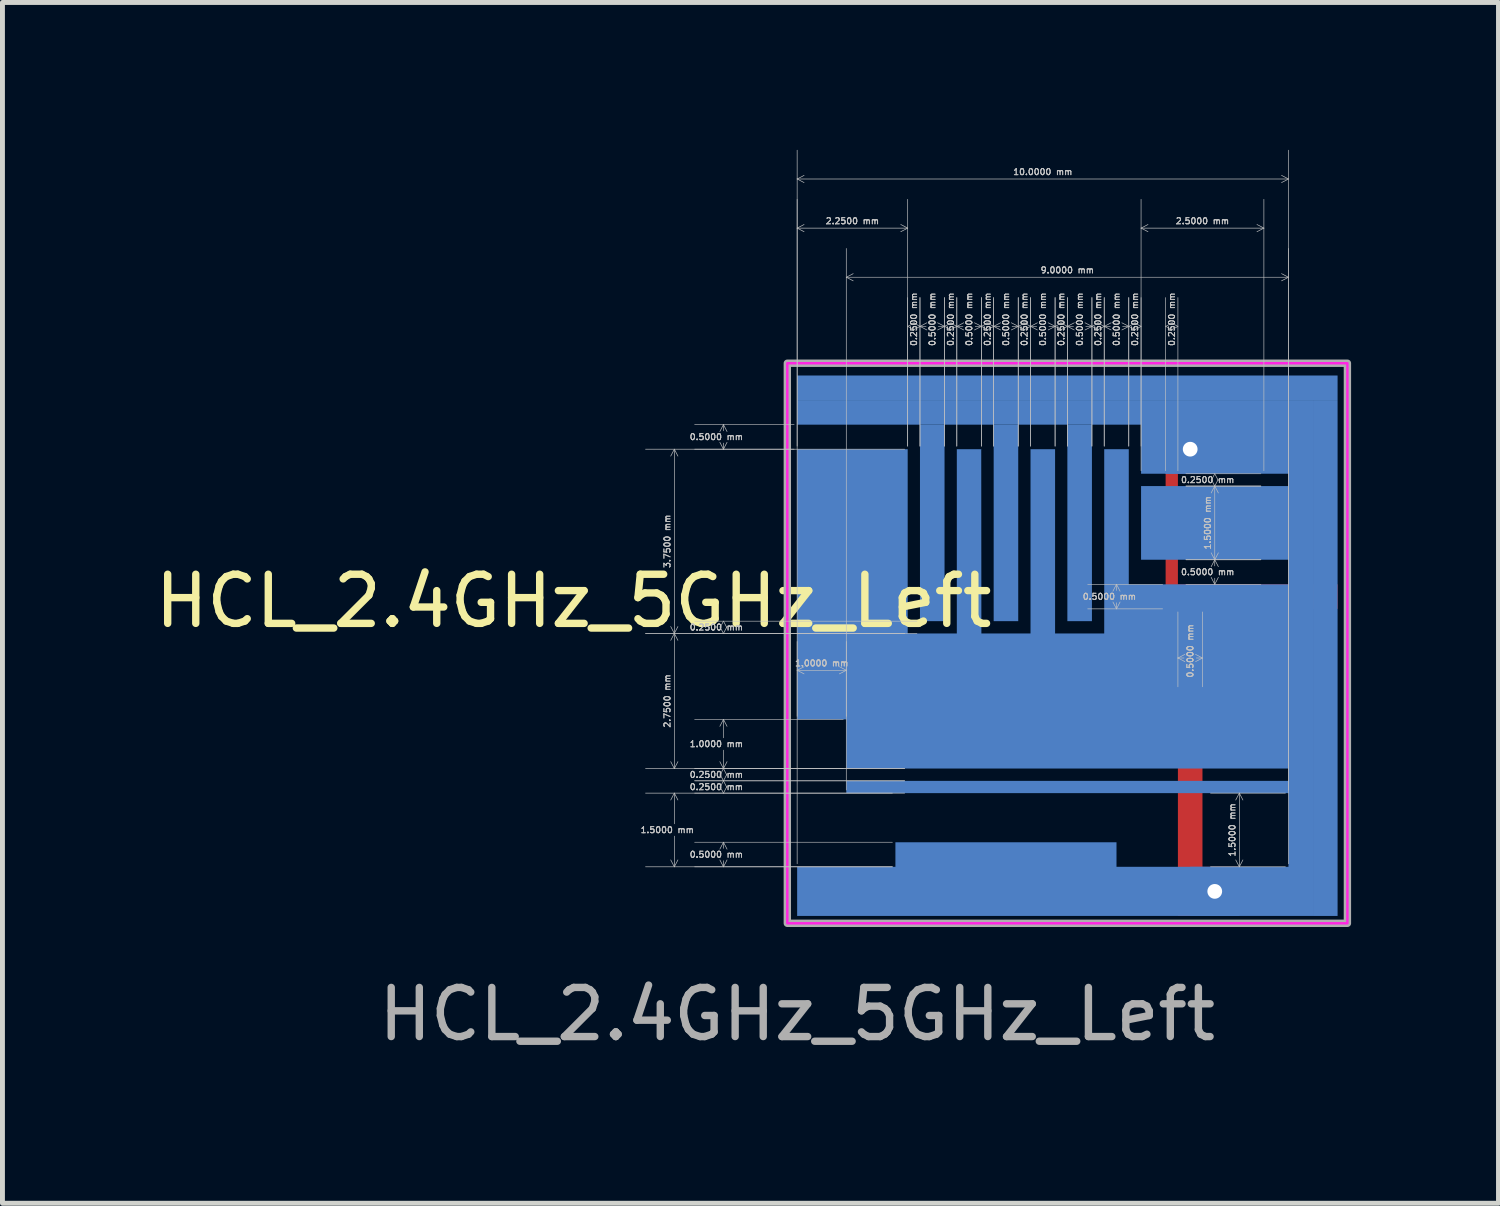
<source format=kicad_pcb>
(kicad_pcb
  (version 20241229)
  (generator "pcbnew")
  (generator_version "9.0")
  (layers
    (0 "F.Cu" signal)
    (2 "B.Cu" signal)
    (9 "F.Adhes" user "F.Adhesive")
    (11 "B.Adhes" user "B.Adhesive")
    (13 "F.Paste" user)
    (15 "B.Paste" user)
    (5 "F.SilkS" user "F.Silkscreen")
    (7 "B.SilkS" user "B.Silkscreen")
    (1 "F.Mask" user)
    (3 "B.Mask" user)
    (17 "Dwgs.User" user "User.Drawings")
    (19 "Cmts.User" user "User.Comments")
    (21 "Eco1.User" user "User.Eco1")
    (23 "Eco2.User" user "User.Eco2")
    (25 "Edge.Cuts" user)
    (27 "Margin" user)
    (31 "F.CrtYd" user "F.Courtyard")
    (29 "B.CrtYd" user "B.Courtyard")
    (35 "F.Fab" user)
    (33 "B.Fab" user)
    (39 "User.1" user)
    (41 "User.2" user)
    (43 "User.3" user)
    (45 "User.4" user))
  (footprint "HCL_2.4GHz_5GHz_Left"
    (layer "F.Cu")
    (at 13.175 15.593)
    (property "Reference" "HCL_2.4GHz_5GHz_Left" (at -4.55 -6.41 0) (layer "F.SilkS") (effects (font (size 1 1) (thickness 0.15))))
    (attr exclude_from_pos_files exclude_from_bom)
    (fp_poly (pts (xy 7.75 -9.25) (xy 7.5 -9.25) (xy 7.5 -6.25) (xy 7.75 -6.25) (xy 7.75 0) (xy 8.25 0) (xy 8.25 -6.25) (xy 10.5 -6.25) (xy 10.5 -6.75) (xy 7.75 -6.75)) (stroke (width 0) (type solid)) (fill yes) (layer "F.Cu"))
    (fp_rect (start 2.5 -10) (end 3 -6) (stroke (width 0) (type solid)) (fill yes) (layer "B.Cu"))
    (fp_rect (start 4 -10) (end 4.5 -6) (stroke (width 0) (type solid)) (fill yes) (layer "B.Cu"))
    (fp_rect (start 5.5 -10) (end 6 -6) (stroke (width 0) (type solid)) (fill yes) (layer "B.Cu"))
    (fp_poly (pts (xy 10.5 0) (xy 10.5 -10.5) (xy 0 -10.5) (xy 0 -10) (xy 7 -10) (xy 7 -9) (xy 10 -9) (xy 10 -8.75) (xy 7 -8.75) (xy 7 -7.25) (xy 10 -7.25) (xy 10 -6.75) (xy 6.75 -6.75) (xy 6.75 -9.5) (xy 6.25 -9.5) (xy 6.25 -5.75) (xy 5.25 -5.75) (xy 5.25 -9.5) (xy 4.75 -9.5) (xy 4.75 -5.75) (xy 3.75 -5.75) (xy 3.747 -9.5) (xy 3.25 -9.5) (xy 3.25 -5.75) (xy 2.25 -5.75) (xy 2.25 -9.5) (xy 0 -9.5) (xy 0 -4) (xy 1 -4) (xy 1 -3) (xy 10 -3) (xy 10 -2.75) (xy 1 -2.75) (xy 1 -2.5) (xy 10 -2.5) (xy 10 -1) (xy 6.5 -1) (xy 6.5 -1.5) (xy 2 -1.5) (xy 2 -1) (xy 0 -1) (xy 0 0)) (stroke (width 0) (type solid)) (fill yes) (layer "B.Cu"))
    (fp_rect (start -0.2 -11.25) (end 11.2 0.15) (stroke (width 0.05) (type default)) (fill no) (layer "F.CrtYd"))
    (fp_rect (start -0.2 -11.25) (end 11.2 0.15) (stroke (width 0.15) (type default)) (fill no) (layer "F.Fab"))
    (fp_text user "${REFERENCE}" (at 0 2 0) (layer "F.Fab") (effects (font (size 1 1) (thickness 0.15))))
    (dimension (type orthogonal) (layer "Dwgs.User") (pts (xy 13.175 6.093) (xy 15.425 6.093)) (height -4.5) (orientation 0) (format (prefix "") (suffix "") (units 3) (units_format 1) (precision 4)) (style (thickness 0.013) (arrow_length 0.159) (text_position_mode 0) (arrow_direction outward) (extension_height 0.586) (extension_offset 0.062) (keep_text_aligned yes)) (gr_text "2.2500 mm" (at 14.3 1.449 0) (layer "Dwgs.User") (effects (font (size 0.125 0.125) (thickness 0.019)))))
    (dimension (type orthogonal) (layer "Dwgs.User") (pts (xy 15.425 12.843) (xy 15.425 12.593)) (height -3.75) (orientation 1) (format (prefix "") (suffix "") (units 3) (units_format 1) (precision 4)) (style (thickness 0.013) (arrow_length 0.159) (text_position_mode 0) (arrow_direction outward) (extension_height 0.586) (extension_offset 0.062)) (gr_text "0.2500 mm" (at 11.531 12.718 0) (layer "Dwgs.User") (effects (font (size 0.125 0.125) (thickness 0.019)))))
    (dimension (type orthogonal) (layer "Dwgs.User") (pts (xy 22.675 8.343) (xy 22.675 6.843)) (height -1) (orientation 1) (format (prefix "") (suffix "") (units 3) (units_format 1) (precision 4)) (style (thickness 0.013) (arrow_length 0.159) (text_position_mode 0) (arrow_direction outward) (extension_height 0.586) (extension_offset 0.062) (keep_text_aligned yes)) (gr_text "1.5000 mm" (at 21.531 7.593 90) (layer "Dwgs.User") (effects (font (size 0.125 0.125) (thickness 0.019)))))
    (dimension (type orthogonal) (layer "Dwgs.User") (pts (xy 13.175 14.593) (xy 23.175 14.593)) (height -14) (orientation 0) (format (prefix "") (suffix "") (units 3) (units_format 1) (precision 4)) (style (thickness 0.013) (arrow_length 0.159) (text_position_mode 0) (arrow_direction outward) (extension_height 0.586) (extension_offset 0.062) (keep_text_aligned yes)) (gr_text "10.0000 mm" (at 18.175 0.449 0) (layer "Dwgs.User") (effects (font (size 0.125 0.125) (thickness 0.019)))))
    (dimension (type orthogonal) (layer "Dwgs.User") (pts (xy 20.675 9.343) (xy 20.675 8.843)) (height -1) (orientation 1) (format (prefix "") (suffix "") (units 3) (units_format 1) (precision 4)) (style (thickness 0.013) (arrow_length 0.159) (text_position_mode 0) (arrow_direction outward) (extension_height 0.586) (extension_offset 0.062)) (gr_text "0.5000 mm" (at 19.531 9.093 0) (layer "Dwgs.User") (effects (font (size 0.125 0.125) (thickness 0.019)))))
    (dimension (type orthogonal) (layer "Dwgs.User") (pts (xy 17.175 6.093) (xy 17.675 6.093)) (height -2.5) (orientation 0) (format (prefix "") (suffix "") (units 3) (units_format 1) (precision 4)) (style (thickness 0.013) (arrow_length 0.159) (text_position_mode 0) (arrow_direction outward) (extension_height 0.586) (extension_offset 0.062)) (gr_text "0.5000 mm" (at 17.425 3.449 90) (layer "Dwgs.User") (effects (font (size 0.125 0.125) (thickness 0.019)))))
    (dimension (type orthogonal) (layer "Dwgs.User") (pts (xy 15.425 6.093) (xy 15.675 6.093)) (height -2.5) (orientation 0) (format (prefix "") (suffix "") (units 3) (units_format 1) (precision 4)) (style (thickness 0.013) (arrow_length 0.159) (text_position_mode 0) (arrow_direction outward) (extension_height 0.586) (extension_offset 0.062)) (gr_text "0.2500 mm" (at 15.55 3.449 90) (layer "Dwgs.User") (effects (font (size 0.125 0.125) (thickness 0.019)))))
    (dimension (type orthogonal) (layer "Dwgs.User") (pts (xy 15.425 12.593) (xy 15.425 9.843)) (height -4.75) (orientation 1) (format (prefix "") (suffix "") (units 3) (units_format 1) (precision 4)) (style (thickness 0.013) (arrow_length 0.159) (text_position_mode 0) (arrow_direction outward) (extension_height 0.586) (extension_offset 0.062) (keep_text_aligned yes)) (gr_text "2.7500 mm" (at 10.531 11.218 90) (layer "Dwgs.User") (effects (font (size 0.125 0.125) (thickness 0.019)))))
    (dimension (type orthogonal) (layer "Dwgs.User") (pts (xy 22.675 8.843) (xy 22.675 8.343)) (height -1) (orientation 1) (format (prefix "") (suffix "") (units 3) (units_format 1) (precision 4)) (style (thickness 0.013) (arrow_length 0.159) (text_position_mode 0) (arrow_direction outward) (extension_height 0.586) (extension_offset 0.062)) (gr_text "0.5000 mm" (at 21.531 8.593 0) (layer "Dwgs.User") (effects (font (size 0.125 0.125) (thickness 0.019)))))
    (dimension (type orthogonal) (layer "Dwgs.User") (pts (xy 18.425 6.093) (xy 18.675 6.093)) (height -2.5) (orientation 0) (format (prefix "") (suffix "") (units 3) (units_format 1) (precision 4)) (style (thickness 0.013) (arrow_length 0.159) (text_position_mode 0) (arrow_direction outward) (extension_height 0.586) (extension_offset 0.062)) (gr_text "0.2500 mm" (at 18.55 3.449 90) (layer "Dwgs.User") (effects (font (size 0.125 0.125) (thickness 0.019)))))
    (dimension (type orthogonal) (layer "Dwgs.User") (pts (xy 13.175 11.593) (xy 14.175 11.593)) (height -1) (orientation 0) (format (prefix "") (suffix "") (units 3) (units_format 1) (precision 4)) (style (thickness 0.013) (arrow_length 0.159) (text_position_mode 0) (arrow_direction outward) (extension_height 0.586) (extension_offset 0.062) (keep_text_aligned yes)) (gr_text "1.0000 mm" (at 13.675 10.449 0) (layer "Dwgs.User") (effects (font (size 0.125 0.125) (thickness 0.019)))))
    (dimension (type orthogonal) (layer "Dwgs.User") (pts (xy 15.675 6.093) (xy 16.175 6.093)) (height -2.5) (orientation 0) (format (prefix "") (suffix "") (units 3) (units_format 1) (precision 4)) (style (thickness 0.013) (arrow_length 0.159) (text_position_mode 0) (arrow_direction outward) (extension_height 0.586) (extension_offset 0.062)) (gr_text "0.5000 mm" (at 15.925 3.449 90) (layer "Dwgs.User") (effects (font (size 0.125 0.125) (thickness 0.019)))))
    (dimension (type orthogonal) (layer "Dwgs.User") (pts (xy 16.925 6.093) (xy 17.175 6.093)) (height -2.5) (orientation 0) (format (prefix "") (suffix "") (units 3) (units_format 1) (precision 4)) (style (thickness 0.013) (arrow_length 0.159) (text_position_mode 0) (arrow_direction outward) (extension_height 0.586) (extension_offset 0.062)) (gr_text "0.2500 mm" (at 17.05 3.449 90) (layer "Dwgs.User") (effects (font (size 0.125 0.125) (thickness 0.019)))))
    (dimension (type orthogonal) (layer "Dwgs.User") (pts (xy 19.425 6.093) (xy 19.925 6.093)) (height -2.5) (orientation 0) (format (prefix "") (suffix "") (units 3) (units_format 1) (precision 4)) (style (thickness 0.013) (arrow_length 0.159) (text_position_mode 0) (arrow_direction outward) (extension_height 0.586) (extension_offset 0.062)) (gr_text "0.5000 mm" (at 19.675 3.449 90) (layer "Dwgs.User") (effects (font (size 0.125 0.125) (thickness 0.019)))))
    (dimension (type orthogonal) (layer "Dwgs.User") (pts (xy 17.675 6.093) (xy 17.925 6.093)) (height -2.5) (orientation 0) (format (prefix "") (suffix "") (units 3) (units_format 1) (precision 4)) (style (thickness 0.013) (arrow_length 0.159) (text_position_mode 0) (arrow_direction outward) (extension_height 0.586) (extension_offset 0.062)) (gr_text "0.2500 mm" (at 17.8 3.449 90) (layer "Dwgs.User") (effects (font (size 0.125 0.125) (thickness 0.019)))))
    (dimension (type orthogonal) (layer "Dwgs.User") (pts (xy 20.675 6.593) (xy 20.925 6.593)) (height -3) (orientation 0) (format (prefix "") (suffix "") (units 3) (units_format 1) (precision 4)) (style (thickness 0.013) (arrow_length 0.159) (text_position_mode 0) (arrow_direction outward) (extension_height 0.586) (extension_offset 0.062)) (gr_text "0.2500 mm" (at 20.8 3.449 270) (layer "Dwgs.User") (effects (font (size 0.125 0.125) (thickness 0.019)))))
    (dimension (type orthogonal) (layer "Dwgs.User") (pts (xy 16.425 6.093) (xy 16.925 6.093)) (height -2.5) (orientation 0) (format (prefix "") (suffix "") (units 3) (units_format 1) (precision 4)) (style (thickness 0.013) (arrow_length 0.159) (text_position_mode 0) (arrow_direction outward) (extension_height 0.586) (extension_offset 0.062)) (gr_text "0.5000 mm" (at 16.675 3.449 90) (layer "Dwgs.User") (effects (font (size 0.125 0.125) (thickness 0.019)))))
    (dimension (type orthogonal) (layer "Dwgs.User") (pts (xy 14.175 12.593) (xy 14.175 11.593)) (height -2.5) (orientation 1) (format (prefix "") (suffix "") (units 3) (units_format 1) (precision 4)) (style (thickness 0.013) (arrow_length 0.159) (text_position_mode 0) (arrow_direction outward) (extension_height 0.586) (extension_offset 0.062)) (gr_text "1.0000 mm" (at 11.531 12.093 0) (layer "Dwgs.User") (effects (font (size 0.125 0.125) (thickness 0.019)))))
    (dimension (type orthogonal) (layer "Dwgs.User") (pts (xy 16.175 6.093) (xy 16.425 6.093)) (height -2.5) (orientation 0) (format (prefix "") (suffix "") (units 3) (units_format 1) (precision 4)) (style (thickness 0.013) (arrow_length 0.159) (text_position_mode 0) (arrow_direction outward) (extension_height 0.586) (extension_offset 0.062)) (gr_text "0.2500 mm" (at 16.3 3.449 90) (layer "Dwgs.User") (effects (font (size 0.125 0.125) (thickness 0.019)))))
    (dimension (type orthogonal) (layer "Dwgs.User") (pts (xy 15.175 14.593) (xy 15.175 14.093)) (height -3.5) (orientation 1) (format (prefix "") (suffix "") (units 3) (units_format 1) (precision 4)) (style (thickness 0.013) (arrow_length 0.159) (text_position_mode 0) (arrow_direction outward) (extension_height 0.586) (extension_offset 0.062)) (gr_text "0.5000 mm" (at 11.531 14.343 0) (layer "Dwgs.User") (effects (font (size 0.125 0.125) (thickness 0.019)))))
    (dimension (type orthogonal) (layer "Dwgs.User") (pts (xy 15.175 14.593) (xy 15.175 13.093)) (height -4.5) (orientation 1) (format (prefix "") (suffix "") (units 3) (units_format 1) (precision 4)) (style (thickness 0.013) (arrow_length 0.159) (text_position_mode 0) (arrow_direction outward) (extension_height 0.586) (extension_offset 0.062)) (gr_text "1.5000 mm" (at 10.531 13.843 0) (layer "Dwgs.User") (effects (font (size 0.125 0.125) (thickness 0.019)))))
    (dimension (type orthogonal) (layer "Dwgs.User") (pts (xy 17.925 6.093) (xy 18.425 6.093)) (height -2.5) (orientation 0) (format (prefix "") (suffix "") (units 3) (units_format 1) (precision 4)) (style (thickness 0.013) (arrow_length 0.159) (text_position_mode 0) (arrow_direction outward) (extension_height 0.586) (extension_offset 0.062)) (gr_text "0.5000 mm" (at 18.175 3.449 90) (layer "Dwgs.User") (effects (font (size 0.125 0.125) (thickness 0.019)))))
    (dimension (type orthogonal) (layer "Dwgs.User") (pts (xy 19.175 6.093) (xy 19.425 6.093)) (height -2.5) (orientation 0) (format (prefix "") (suffix "") (units 3) (units_format 1) (precision 4)) (style (thickness 0.013) (arrow_length 0.159) (text_position_mode 0) (arrow_direction outward) (extension_height 0.586) (extension_offset 0.062)) (gr_text "0.2500 mm" (at 19.3 3.449 90) (layer "Dwgs.User") (effects (font (size 0.125 0.125) (thickness 0.019)))))
    (dimension (type orthogonal) (layer "Dwgs.User") (pts (xy 13.175 6.093) (xy 13.175 5.593)) (height -1.5) (orientation 1) (format (prefix "") (suffix "") (units 3) (units_format 1) (precision 4)) (style (thickness 0.013) (arrow_length 0.159) (text_position_mode 0) (arrow_direction outward) (extension_height 0.586) (extension_offset 0.062)) (gr_text "0.5000 mm" (at 11.531 5.843 0) (layer "Dwgs.User") (effects (font (size 0.125 0.125) (thickness 0.019)))))
    (dimension (type orthogonal) (layer "Dwgs.User") (pts (xy 21.425 9.343) (xy 20.925 9.343)) (height 1) (orientation 0) (format (prefix "") (suffix "") (units 3) (units_format 1) (precision 4)) (style (thickness 0.013) (arrow_length 0.159) (text_position_mode 0) (arrow_direction outward) (extension_height 0.586) (extension_offset 0.062)) (gr_text "0.5000 mm" (at 21.175 10.199 90) (layer "Dwgs.User") (effects (font (size 0.125 0.125) (thickness 0.019)))))
    (dimension (type orthogonal) (layer "Dwgs.User") (pts (xy 15.425 9.843) (xy 15.425 6.093)) (height -4.75) (orientation 1) (format (prefix "") (suffix "") (units 3) (units_format 1) (precision 4)) (style (thickness 0.013) (arrow_length 0.159) (text_position_mode 0) (arrow_direction outward) (extension_height 0.586) (extension_offset 0.062) (keep_text_aligned yes)) (gr_text "3.7500 mm" (at 10.531 7.968 90) (layer "Dwgs.User") (effects (font (size 0.125 0.125) (thickness 0.019)))))
    (dimension (type orthogonal) (layer "Dwgs.User") (pts (xy 15.675 9.843) (xy 15.675 9.593)) (height -4) (orientation 1) (format (prefix "") (suffix "") (units 3) (units_format 1) (precision 4)) (style (thickness 0.013) (arrow_length 0.159) (text_position_mode 0) (arrow_direction outward) (extension_height 0.586) (extension_offset 0.062)) (gr_text "0.2500 mm" (at 11.531 9.718 0) (layer "Dwgs.User") (effects (font (size 0.125 0.125) (thickness 0.019)))))
    (dimension (type orthogonal) (layer "Dwgs.User") (pts (xy 22.675 6.843) (xy 22.675 6.593)) (height -1) (orientation 1) (format (prefix "") (suffix "") (units 3) (units_format 1) (precision 4)) (style (thickness 0.013) (arrow_length 0.159) (text_position_mode 0) (arrow_direction outward) (extension_height 0.586) (extension_offset 0.062)) (gr_text "0.2500 mm" (at 21.531 6.718 0) (layer "Dwgs.User") (effects (font (size 0.125 0.125) (thickness 0.019)))))
    (dimension (type orthogonal) (layer "Dwgs.User") (pts (xy 19.925 6.093) (xy 20.175 6.093)) (height -2.5) (orientation 0) (format (prefix "") (suffix "") (units 3) (units_format 1) (precision 4)) (style (thickness 0.013) (arrow_length 0.159) (text_position_mode 0) (arrow_direction outward) (extension_height 0.586) (extension_offset 0.062)) (gr_text "0.2500 mm" (at 20.05 3.449 90) (layer "Dwgs.User") (effects (font (size 0.125 0.125) (thickness 0.019)))))
    (dimension (type orthogonal) (layer "Dwgs.User") (pts (xy 20.175 6.593) (xy 22.675 6.593)) (height -5) (orientation 0) (format (prefix "") (suffix "") (units 3) (units_format 1) (precision 4)) (style (thickness 0.013) (arrow_length 0.159) (text_position_mode 0) (arrow_direction outward) (extension_height 0.586) (extension_offset 0.062) (keep_text_aligned yes)) (gr_text "2.5000 mm" (at 21.425 1.449 0) (layer "Dwgs.User") (effects (font (size 0.125 0.125) (thickness 0.019)))))
    (dimension (type orthogonal) (layer "Dwgs.User") (pts (xy 18.675 6.093) (xy 19.175 6.093)) (height -2.5) (orientation 0) (format (prefix "") (suffix "") (units 3) (units_format 1) (precision 4)) (style (thickness 0.013) (arrow_length 0.159) (text_position_mode 0) (arrow_direction outward) (extension_height 0.586) (extension_offset 0.062)) (gr_text "0.5000 mm" (at 18.925 3.449 90) (layer "Dwgs.User") (effects (font (size 0.125 0.125) (thickness 0.019)))))
    (dimension (type orthogonal) (layer "Dwgs.User") (pts (xy 23.175 14.593) (xy 23.175 13.093)) (height -1) (orientation 1) (format (prefix "") (suffix "") (units 3) (units_format 1) (precision 4)) (style (thickness 0.013) (arrow_length 0.159) (text_position_mode 0) (arrow_direction outward) (extension_height 0.586) (extension_offset 0.062) (keep_text_aligned yes)) (gr_text "1.5000 mm" (at 22.031 13.843 90) (layer "Dwgs.User") (effects (font (size 0.125 0.125) (thickness 0.019)))))
    (dimension (type orthogonal) (layer "Dwgs.User") (pts (xy 14.175 13.093) (xy 23.175 13.093)) (height -10.5) (orientation 0) (format (prefix "") (suffix "") (units 3) (units_format 1) (precision 4)) (style (thickness 0.013) (arrow_length 0.159) (text_position_mode 0) (arrow_direction outward) (extension_height 0.586) (extension_offset 0.062) (keep_text_aligned yes)) (gr_text "9.0000 mm" (at 18.675 2.449 0) (layer "Dwgs.User") (effects (font (size 0.125 0.125) (thickness 0.019)))))
    (dimension (type orthogonal) (layer "Dwgs.User") (pts (xy 15.425 13.093) (xy 15.425 12.843)) (height -3.75) (orientation 1) (format (prefix "") (suffix "") (units 3) (units_format 1) (precision 4)) (style (thickness 0.013) (arrow_length 0.159) (text_position_mode 0) (arrow_direction outward) (extension_height 0.586) (extension_offset 0.062)) (gr_text "0.2500 mm" (at 11.531 12.968 0) (layer "Dwgs.User") (effects (font (size 0.125 0.125) (thickness 0.019)))))
    (pad "" thru_hole rect (at 8 -9.5) (size 1 1) (drill 0.3) (layers "*.Cu"))
    (pad "" thru_hole rect (at 8.5 -0.5) (size 1 1) (drill 0.3) (layers "*.Cu"))
    (pad "1" connect rect (at 10.75 -6.5 180) (size 0.5 0.5) (layers "F.Cu"))
    (pad "2" connect rect (at 5.5 -10.75 180) (size 11 0.5) (layers "B.Cu"))
    (pad "2" connect rect (at 10.75 -5.25 90) (size 10.5 0.5) (layers "B.Cu"))
    (zone (net_name "") (layers "F.Cu" "B.Cu") (hatch edge 0.5) (connect_pads) (min_thickness 0.25) (filled_areas_thickness no) (keepout (tracks not_allowed) (vias not_allowed) (pads allowed) (copperpour not_allowed) (footprints allowed)) (placement (enabled no)) (fill) (polygon (pts (xy 13.175 15.593) (xy 23.175 15.593) (xy 23.175 5.593) (xy 13.175 5.593)))))
  (gr_rect
    (start -3 -3)
    (end 27.45 21.441)
    (stroke (width 0.1) (type default))
    (fill no)
    (layer "Edge.Cuts")))
</source>
